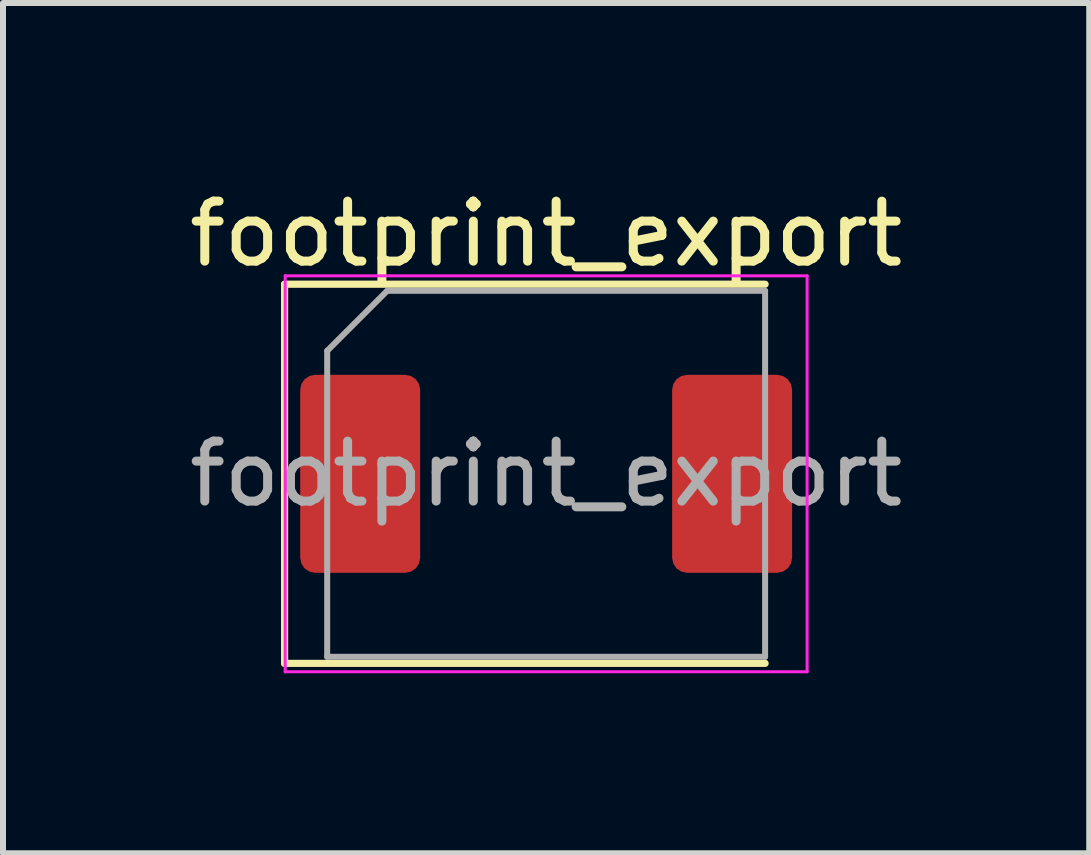
<source format=kicad_pcb>
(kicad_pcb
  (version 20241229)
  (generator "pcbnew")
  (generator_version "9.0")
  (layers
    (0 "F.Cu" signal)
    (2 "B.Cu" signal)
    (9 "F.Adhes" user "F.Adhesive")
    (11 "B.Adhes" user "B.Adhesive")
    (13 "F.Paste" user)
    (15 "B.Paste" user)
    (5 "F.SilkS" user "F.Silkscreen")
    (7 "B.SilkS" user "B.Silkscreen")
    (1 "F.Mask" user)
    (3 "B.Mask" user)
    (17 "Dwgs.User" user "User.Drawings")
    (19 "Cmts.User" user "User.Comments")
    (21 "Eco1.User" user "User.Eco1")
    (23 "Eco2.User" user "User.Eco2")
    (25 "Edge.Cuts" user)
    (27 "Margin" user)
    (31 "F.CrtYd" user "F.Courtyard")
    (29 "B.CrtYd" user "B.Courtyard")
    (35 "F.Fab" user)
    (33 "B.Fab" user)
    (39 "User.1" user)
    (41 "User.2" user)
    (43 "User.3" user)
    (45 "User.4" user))
  (footprint "footprint_export"
    (layer "F.Cu")
    (at 6.054 4.848)
    (property "Reference" "footprint_export" (at 0 -4 0) (layer "F.SilkS") (effects (font (size 1 1) (thickness 0.15))))
    (attr smd)
    (fp_line (start -4.36 -3.16) (end -4.36 3.16) (stroke (width 0.12) (type solid)) (layer "F.SilkS"))
    (fp_line (start -4.36 3.16) (end 3.65 3.16) (stroke (width 0.12) (type solid)) (layer "F.SilkS"))
    (fp_line (start 3.65 -3.16) (end -4.36 -3.16) (stroke (width 0.12) (type solid)) (layer "F.SilkS"))
    (fp_line (start -4.35 -3.3) (end 4.35 -3.3) (stroke (width 0.05) (type solid)) (layer "F.CrtYd"))
    (fp_line (start -4.35 3.3) (end -4.35 -3.3) (stroke (width 0.05) (type solid)) (layer "F.CrtYd"))
    (fp_line (start 4.35 -3.3) (end 4.35 3.3) (stroke (width 0.05) (type solid)) (layer "F.CrtYd"))
    (fp_line (start 4.35 3.3) (end -4.35 3.3) (stroke (width 0.05) (type solid)) (layer "F.CrtYd"))
    (fp_line (start -3.65 -2.05) (end -3.65 3.05) (stroke (width 0.1) (type solid)) (layer "F.Fab"))
    (fp_line (start -3.65 3.05) (end 3.65 3.05) (stroke (width 0.1) (type solid)) (layer "F.Fab"))
    (fp_line (start -2.65 -3.05) (end -3.65 -2.05) (stroke (width 0.1) (type solid)) (layer "F.Fab"))
    (fp_line (start 3.65 -3.05) (end -2.65 -3.05) (stroke (width 0.1) (type solid)) (layer "F.Fab"))
    (fp_line (start 3.65 3.05) (end 3.65 -3.05) (stroke (width 0.1) (type solid)) (layer "F.Fab"))
    (fp_text user "${REFERENCE}" (at 0 0 0) (layer "F.Fab") (effects (font (size 1 1) (thickness 0.15))))
    (pad "1" smd roundrect (at -3.1 0) (size 2 3.3) (layers "F.Cu" "F.Mask" "F.Paste") (roundrect_rratio 0.125))
    (pad "2" smd roundrect (at 3.1 0) (size 2 3.3) (layers "F.Cu" "F.Mask" "F.Paste") (roundrect_rratio 0.125)))
  (gr_rect
    (start -3 -3)
    (end 15.107 11.173)
    (stroke (width 0.1) (type default))
    (fill no)
    (layer "Edge.Cuts")))
</source>
